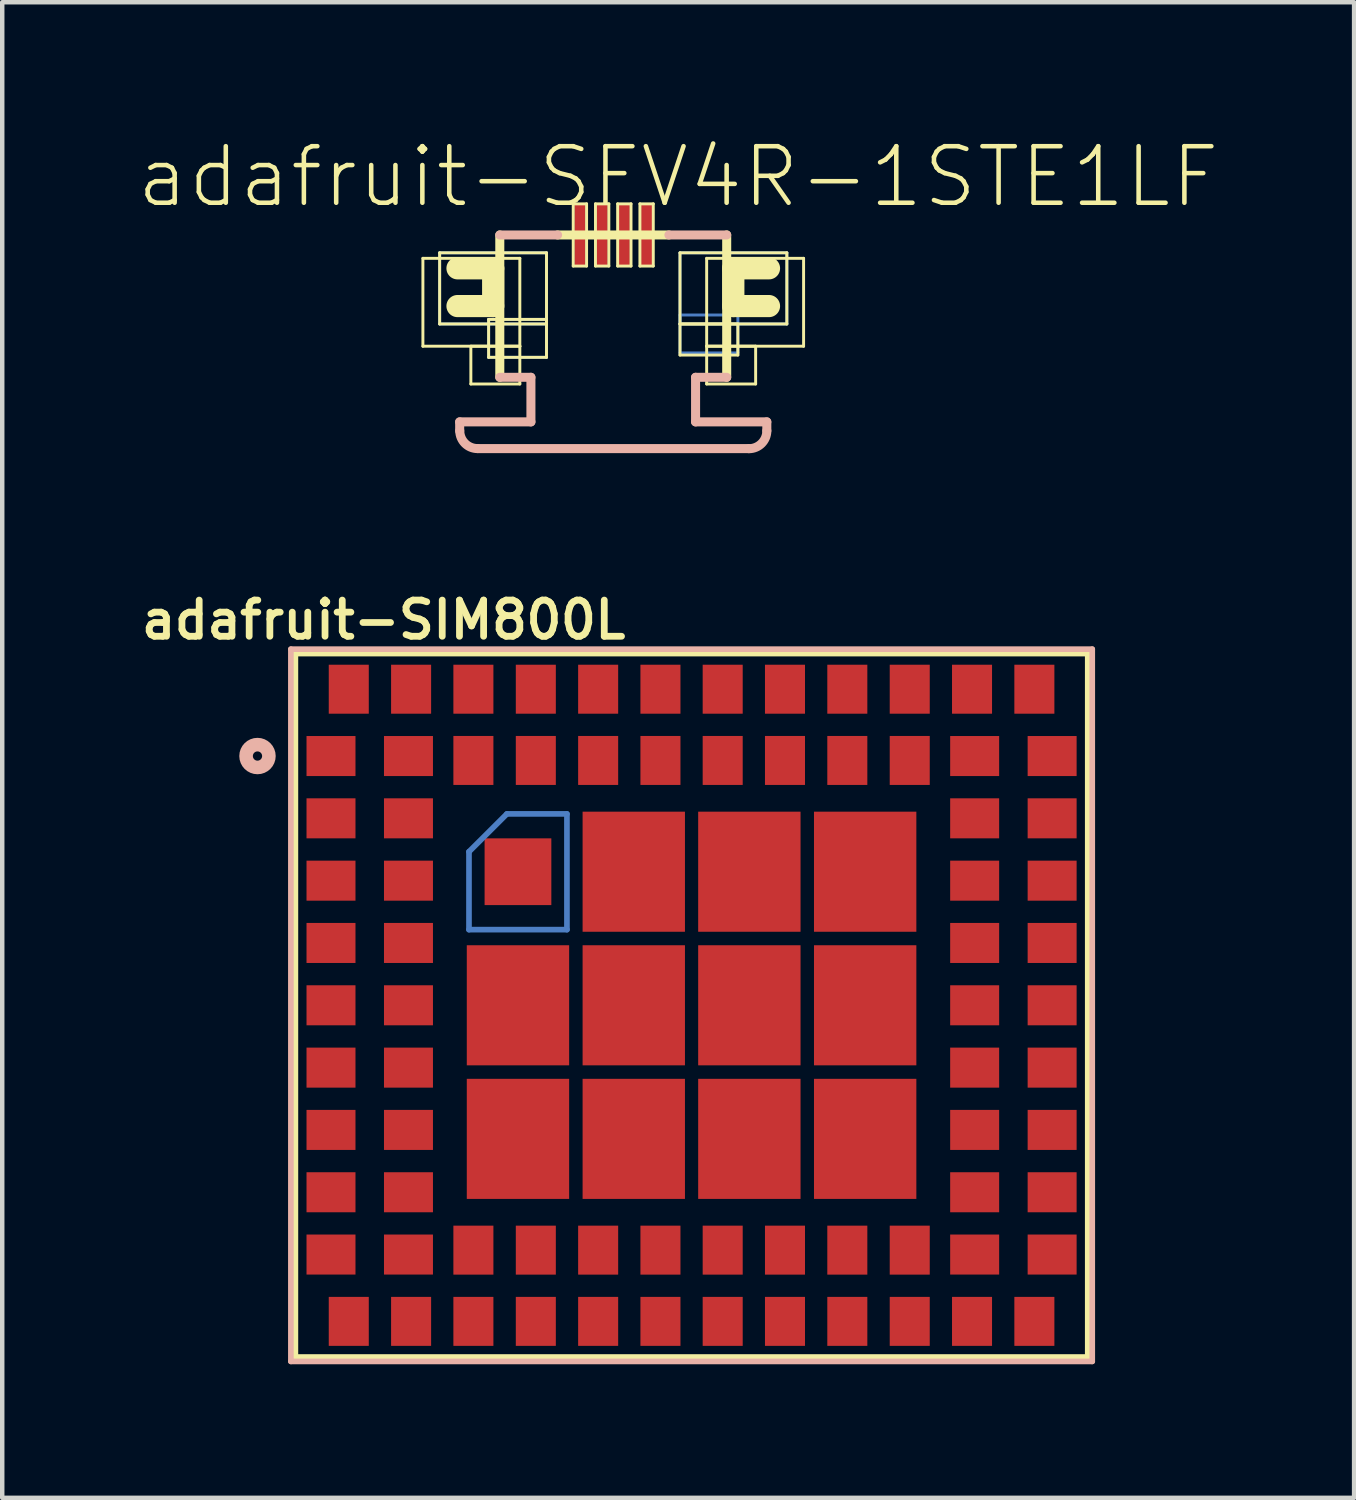
<source format=kicad_pcb>
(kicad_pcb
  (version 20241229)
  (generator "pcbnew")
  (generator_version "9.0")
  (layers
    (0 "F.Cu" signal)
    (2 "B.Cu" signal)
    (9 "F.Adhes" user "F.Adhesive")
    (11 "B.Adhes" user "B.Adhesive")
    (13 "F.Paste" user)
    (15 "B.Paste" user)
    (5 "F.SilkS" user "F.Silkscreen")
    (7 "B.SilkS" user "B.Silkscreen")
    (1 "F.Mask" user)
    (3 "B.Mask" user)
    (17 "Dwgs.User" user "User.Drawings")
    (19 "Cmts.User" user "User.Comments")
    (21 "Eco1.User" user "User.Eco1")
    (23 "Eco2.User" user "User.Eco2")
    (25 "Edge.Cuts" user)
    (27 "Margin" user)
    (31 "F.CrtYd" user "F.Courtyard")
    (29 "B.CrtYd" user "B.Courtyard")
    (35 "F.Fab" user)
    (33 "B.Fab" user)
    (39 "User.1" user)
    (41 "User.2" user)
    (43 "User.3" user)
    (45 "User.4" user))
  (footprint "adafruit-SFV4R-1STE1LF"
    (layer "F.Cu")
    (at 10.723 2.826)
    (property "Reference" "adafruit-SFV4R-1STE1LF" (at 1.458 -1.905 0) (layer "F.SilkS") (effects (font (size 1.27 1.27) (thickness 0.102))))
    (attr smd)
    (fp_line (start -3.899 -0.198) (end -1.499 -0.198) (stroke (width 0.066) (type solid)) (layer "B.Cu"))
    (fp_line (start -3.899 1.4) (end -3.899 -0.198) (stroke (width 0.066) (type solid)) (layer "B.Cu"))
    (fp_line (start -3.899 1.4) (end -1.499 1.4) (stroke (width 0.066) (type solid)) (layer "B.Cu"))
    (fp_line (start -2.799 1.298) (end -1.499 1.298) (stroke (width 0.066) (type solid)) (layer "B.Cu"))
    (fp_line (start -2.799 2.149) (end -2.799 1.298) (stroke (width 0.066) (type solid)) (layer "B.Cu"))
    (fp_line (start -2.799 2.149) (end -1.499 2.149) (stroke (width 0.066) (type solid)) (layer "B.Cu"))
    (fp_line (start -1.499 1.4) (end -1.499 -0.198) (stroke (width 0.066) (type solid)) (layer "B.Cu"))
    (fp_line (start -1.499 2.149) (end -1.499 1.298) (stroke (width 0.066) (type solid)) (layer "B.Cu"))
    (fp_line (start 1.499 -0.198) (end 3.899 -0.198) (stroke (width 0.066) (type solid)) (layer "B.Cu"))
    (fp_line (start 1.499 1.199) (end 2.799 1.199) (stroke (width 0.066) (type solid)) (layer "B.Cu"))
    (fp_line (start 1.499 1.4) (end 1.499 -0.198) (stroke (width 0.066) (type solid)) (layer "B.Cu"))
    (fp_line (start 1.499 1.4) (end 3.899 1.4) (stroke (width 0.066) (type solid)) (layer "B.Cu"))
    (fp_line (start 1.499 2.05) (end 1.499 1.199) (stroke (width 0.066) (type solid)) (layer "B.Cu"))
    (fp_line (start 1.499 2.05) (end 2.799 2.05) (stroke (width 0.066) (type solid)) (layer "B.Cu"))
    (fp_line (start 2.799 2.05) (end 2.799 1.199) (stroke (width 0.066) (type solid)) (layer "B.Cu"))
    (fp_line (start 3.899 1.4) (end 3.899 -0.198) (stroke (width 0.066) (type solid)) (layer "B.Cu"))
    (fp_line (start -4.275 -0.074) (end -2.098 -0.074) (stroke (width 0.066) (type solid)) (layer "F.SilkS"))
    (fp_line (start -4.275 1.9) (end -4.275 -0.074) (stroke (width 0.066) (type solid)) (layer "F.SilkS"))
    (fp_line (start -4.275 1.9) (end -2.098 1.9) (stroke (width 0.066) (type solid)) (layer "F.SilkS"))
    (fp_line (start -3.899 -0.198) (end -1.499 -0.198) (stroke (width 0.066) (type solid)) (layer "F.SilkS"))
    (fp_line (start -3.899 1.4) (end -3.899 -0.198) (stroke (width 0.066) (type solid)) (layer "F.SilkS"))
    (fp_line (start -3.899 1.4) (end -1.499 1.4) (stroke (width 0.066) (type solid)) (layer "F.SilkS"))
    (fp_line (start -3.498 0.15) (end -2.697 0.15) (stroke (width 0.498) (type solid)) (layer "F.SilkS"))
    (fp_line (start -3.198 1.9) (end -2.098 1.9) (stroke (width 0.066) (type solid)) (layer "F.SilkS"))
    (fp_line (start -3.198 2.748) (end -3.198 1.9) (stroke (width 0.066) (type solid)) (layer "F.SilkS"))
    (fp_line (start -3.198 2.748) (end -2.098 2.748) (stroke (width 0.066) (type solid)) (layer "F.SilkS"))
    (fp_line (start -2.799 1.298) (end -1.499 1.298) (stroke (width 0.066) (type solid)) (layer "F.SilkS"))
    (fp_line (start -2.799 2.149) (end -2.799 1.298) (stroke (width 0.066) (type solid)) (layer "F.SilkS"))
    (fp_line (start -2.799 2.149) (end -1.499 2.149) (stroke (width 0.066) (type solid)) (layer "F.SilkS"))
    (fp_line (start -2.697 0.15) (end -2.697 0.998) (stroke (width 0.498) (type solid)) (layer "F.SilkS"))
    (fp_line (start -2.697 0.998) (end -3.498 0.998) (stroke (width 0.498) (type solid)) (layer "F.SilkS"))
    (fp_line (start -2.548 2.598) (end -2.548 -0.599) (stroke (width 0.203) (type solid)) (layer "F.SilkS"))
    (fp_line (start -2.098 1.9) (end -2.098 -0.074) (stroke (width 0.066) (type solid)) (layer "F.SilkS"))
    (fp_line (start -2.098 2.748) (end -2.098 1.9) (stroke (width 0.066) (type solid)) (layer "F.SilkS"))
    (fp_line (start -1.499 1.4) (end -1.499 -0.198) (stroke (width 0.066) (type solid)) (layer "F.SilkS"))
    (fp_line (start -1.499 2.149) (end -1.499 1.298) (stroke (width 0.066) (type solid)) (layer "F.SilkS"))
    (fp_line (start -1.25 -0.599) (end 1.25 -0.599) (stroke (width 0.203) (type solid)) (layer "F.SilkS"))
    (fp_line (start -0.899 -1.298) (end -0.599 -1.298) (stroke (width 0.066) (type solid)) (layer "F.SilkS"))
    (fp_line (start -0.899 0.099) (end -0.899 -1.298) (stroke (width 0.066) (type solid)) (layer "F.SilkS"))
    (fp_line (start -0.899 0.099) (end -0.599 0.099) (stroke (width 0.066) (type solid)) (layer "F.SilkS"))
    (fp_line (start -0.599 0.099) (end -0.599 -1.298) (stroke (width 0.066) (type solid)) (layer "F.SilkS"))
    (fp_line (start -0.399 -1.298) (end -0.099 -1.298) (stroke (width 0.066) (type solid)) (layer "F.SilkS"))
    (fp_line (start -0.399 0.099) (end -0.399 -1.298) (stroke (width 0.066) (type solid)) (layer "F.SilkS"))
    (fp_line (start -0.399 0.099) (end -0.099 0.099) (stroke (width 0.066) (type solid)) (layer "F.SilkS"))
    (fp_line (start -0.099 0.099) (end -0.099 -1.298) (stroke (width 0.066) (type solid)) (layer "F.SilkS"))
    (fp_line (start 0.099 -1.298) (end 0.399 -1.298) (stroke (width 0.066) (type solid)) (layer "F.SilkS"))
    (fp_line (start 0.099 0.099) (end 0.099 -1.298) (stroke (width 0.066) (type solid)) (layer "F.SilkS"))
    (fp_line (start 0.099 0.099) (end 0.399 0.099) (stroke (width 0.066) (type solid)) (layer "F.SilkS"))
    (fp_line (start 0.399 0.099) (end 0.399 -1.298) (stroke (width 0.066) (type solid)) (layer "F.SilkS"))
    (fp_line (start 0.599 -1.298) (end 0.899 -1.298) (stroke (width 0.066) (type solid)) (layer "F.SilkS"))
    (fp_line (start 0.599 0.099) (end 0.599 -1.298) (stroke (width 0.066) (type solid)) (layer "F.SilkS"))
    (fp_line (start 0.599 0.099) (end 0.899 0.099) (stroke (width 0.066) (type solid)) (layer "F.SilkS"))
    (fp_line (start 0.899 0.099) (end 0.899 -1.298) (stroke (width 0.066) (type solid)) (layer "F.SilkS"))
    (fp_line (start 1.499 -0.198) (end 3.899 -0.198) (stroke (width 0.066) (type solid)) (layer "F.SilkS"))
    (fp_line (start 1.499 1.4) (end 1.499 -0.198) (stroke (width 0.066) (type solid)) (layer "F.SilkS"))
    (fp_line (start 1.499 1.4) (end 2.799 1.4) (stroke (width 0.066) (type solid)) (layer "F.SilkS"))
    (fp_line (start 1.499 1.4) (end 3.899 1.4) (stroke (width 0.066) (type solid)) (layer "F.SilkS"))
    (fp_line (start 1.499 2.098) (end 1.499 1.4) (stroke (width 0.066) (type solid)) (layer "F.SilkS"))
    (fp_line (start 1.499 2.098) (end 2.799 2.098) (stroke (width 0.066) (type solid)) (layer "F.SilkS"))
    (fp_line (start 2.098 -0.074) (end 4.275 -0.074) (stroke (width 0.066) (type solid)) (layer "F.SilkS"))
    (fp_line (start 2.098 1.9) (end 2.098 -0.074) (stroke (width 0.066) (type solid)) (layer "F.SilkS"))
    (fp_line (start 2.098 1.9) (end 3.198 1.9) (stroke (width 0.066) (type solid)) (layer "F.SilkS"))
    (fp_line (start 2.098 1.9) (end 4.275 1.9) (stroke (width 0.066) (type solid)) (layer "F.SilkS"))
    (fp_line (start 2.098 2.748) (end 2.098 1.9) (stroke (width 0.066) (type solid)) (layer "F.SilkS"))
    (fp_line (start 2.098 2.748) (end 3.198 2.748) (stroke (width 0.066) (type solid)) (layer "F.SilkS"))
    (fp_line (start 2.548 -0.599) (end 2.548 2.598) (stroke (width 0.203) (type solid)) (layer "F.SilkS"))
    (fp_line (start 2.697 0.15) (end 3.498 0.15) (stroke (width 0.498) (type solid)) (layer "F.SilkS"))
    (fp_line (start 2.697 0.998) (end 2.697 0.15) (stroke (width 0.498) (type solid)) (layer "F.SilkS"))
    (fp_line (start 2.799 2.098) (end 2.799 1.4) (stroke (width 0.066) (type solid)) (layer "F.SilkS"))
    (fp_line (start 3.198 2.748) (end 3.198 1.9) (stroke (width 0.066) (type solid)) (layer "F.SilkS"))
    (fp_line (start 3.498 0.998) (end 2.697 0.998) (stroke (width 0.498) (type solid)) (layer "F.SilkS"))
    (fp_line (start 3.899 1.4) (end 3.899 -0.198) (stroke (width 0.066) (type solid)) (layer "F.SilkS"))
    (fp_line (start 4.275 1.9) (end 4.275 -0.074) (stroke (width 0.066) (type solid)) (layer "F.SilkS"))
    (fp_line (start -3.449 3.599) (end -1.849 3.599) (stroke (width 0.203) (type solid)) (layer "B.SilkS"))
    (fp_line (start -3.449 3.8) (end -3.449 3.599) (stroke (width 0.203) (type solid)) (layer "B.SilkS"))
    (fp_line (start -2.548 -0.599) (end -1.25 -0.599) (stroke (width 0.203) (type solid)) (layer "B.SilkS"))
    (fp_line (start -1.849 2.598) (end -2.548 2.598) (stroke (width 0.203) (type solid)) (layer "B.SilkS"))
    (fp_line (start -1.849 3.599) (end -1.849 2.598) (stroke (width 0.203) (type solid)) (layer "B.SilkS"))
    (fp_line (start 1.25 -0.599) (end 2.548 -0.599) (stroke (width 0.203) (type solid)) (layer "B.SilkS"))
    (fp_line (start 1.849 2.598) (end 1.849 3.599) (stroke (width 0.203) (type solid)) (layer "B.SilkS"))
    (fp_line (start 1.849 3.599) (end 3.449 3.599) (stroke (width 0.203) (type solid)) (layer "B.SilkS"))
    (fp_line (start 2.548 2.598) (end 1.849 2.598) (stroke (width 0.203) (type solid)) (layer "B.SilkS"))
    (fp_line (start 3.048 4.199) (end -3.048 4.199) (stroke (width 0.203) (type solid)) (layer "B.SilkS"))
    (fp_line (start 3.449 3.599) (end 3.449 3.8) (stroke (width 0.203) (type solid)) (layer "B.SilkS"))
    (fp_arc (start -3.048 4.19862) (mid -3.32998 4.08182) (end -3.44678 3.79984) (stroke (width 0.2032) (type solid)) (layer "B.SilkS"))
    (fp_arc (start 3.44932 3.79984) (mid 3.331776 4.083616) (end 3.048 4.20116) (stroke (width 0.2032) (type solid)) (layer "B.SilkS"))
    (pad "1" smd rect (at -0.749 -0.599) (size 0.249 1.4) (layers "F.Cu" "F.Mask" "F.Paste"))
    (pad "2" smd rect (at -0.249 -0.599) (size 0.249 1.4) (layers "F.Cu" "F.Mask" "F.Paste"))
    (pad "3" smd rect (at 0.249 -0.599) (size 0.249 1.4) (layers "F.Cu" "F.Mask" "F.Paste"))
    (pad "4" smd rect (at 0.749 -0.599) (size 0.249 1.4) (layers "F.Cu" "F.Mask" "F.Paste")))
  (footprint "adafruit-SIM800L"
    (layer "F.Cu")
    (at 12.482 19.528)
    (property "Reference" "adafruit-SIM800L" (at -6.916 -8.656 0) (layer "F.SilkS") (effects (font (size 0.813 0.813) (thickness 0.152))))
    (attr smd)
    (fp_line (start -4.999 -3.449) (end -4.999 -1.699) (stroke (width 0.127) (type solid)) (layer "B.Cu"))
    (fp_line (start -4.999 -1.699) (end -2.799 -1.699) (stroke (width 0.127) (type solid)) (layer "B.Cu"))
    (fp_line (start -4.148 -4.298) (end -4.999 -3.449) (stroke (width 0.127) (type solid)) (layer "B.Cu"))
    (fp_line (start -2.799 -4.298) (end -4.148 -4.298) (stroke (width 0.127) (type solid)) (layer "B.Cu"))
    (fp_line (start -2.799 -1.699) (end -2.799 -4.298) (stroke (width 0.127) (type solid)) (layer "B.Cu"))
    (fp_line (start -8.898 -7.899) (end 8.898 -7.899) (stroke (width 0.127) (type solid)) (layer "F.SilkS"))
    (fp_line (start -8.898 7.899) (end -8.898 -7.899) (stroke (width 0.127) (type solid)) (layer "F.SilkS"))
    (fp_line (start 8.898 -7.899) (end 8.898 7.899) (stroke (width 0.127) (type solid)) (layer "F.SilkS"))
    (fp_line (start 8.898 7.899) (end -8.898 7.899) (stroke (width 0.127) (type solid)) (layer "F.SilkS"))
    (fp_line (start -8.999 -7.998) (end 8.999 -7.998) (stroke (width 0.127) (type solid)) (layer "B.SilkS"))
    (fp_line (start -8.999 7.998) (end -8.999 -7.998) (stroke (width 0.127) (type solid)) (layer "B.SilkS"))
    (fp_line (start 8.999 -7.998) (end 8.999 7.998) (stroke (width 0.127) (type solid)) (layer "B.SilkS"))
    (fp_line (start 8.999 7.998) (end -8.999 7.998) (stroke (width 0.127) (type solid)) (layer "B.SilkS"))
    (fp_circle (center -9.749 -5.598) (end -9.822 -5.672) (stroke (width 0.305) (type solid)) (fill no) (layer "B.SilkS"))
    (pad "1" smd rect (at -8.098 -5.598 90) (size 0.899 1.1) (layers "F.Cu" "F.Mask" "F.Paste"))
    (pad "2" smd rect (at -8.098 -4.199 90) (size 0.899 1.1) (layers "F.Cu" "F.Mask" "F.Paste"))
    (pad "3" smd rect (at -8.098 -2.799 90) (size 0.899 1.1) (layers "F.Cu" "F.Mask" "F.Paste"))
    (pad "4" smd rect (at -8.098 -1.4 90) (size 0.899 1.1) (layers "F.Cu" "F.Mask" "F.Paste"))
    (pad "5" smd rect (at -8.098 0 90) (size 0.899 1.1) (layers "F.Cu" "F.Mask" "F.Paste"))
    (pad "6" smd rect (at -8.098 1.4 90) (size 0.899 1.1) (layers "F.Cu" "F.Mask" "F.Paste"))
    (pad "7" smd rect (at -8.098 2.799 90) (size 0.899 1.1) (layers "F.Cu" "F.Mask" "F.Paste"))
    (pad "8" smd rect (at -8.098 4.199 90) (size 0.899 1.1) (layers "F.Cu" "F.Mask" "F.Paste"))
    (pad "9" smd rect (at -8.098 5.598 90) (size 0.899 1.1) (layers "F.Cu" "F.Mask" "F.Paste"))
    (pad "10" smd rect (at -7.699 7.099 180) (size 0.899 1.1) (layers "F.Cu" "F.Mask" "F.Paste"))
    (pad "11" smd rect (at -6.299 7.099 180) (size 0.899 1.1) (layers "F.Cu" "F.Mask" "F.Paste"))
    (pad "12" smd rect (at -4.9 7.099 180) (size 0.899 1.1) (layers "F.Cu" "F.Mask" "F.Paste"))
    (pad "13" smd rect (at -3.498 7.099 180) (size 0.899 1.1) (layers "F.Cu" "F.Mask" "F.Paste"))
    (pad "14" smd rect (at -2.098 7.099 180) (size 0.899 1.1) (layers "F.Cu" "F.Mask" "F.Paste"))
    (pad "15" smd rect (at -0.699 7.099 180) (size 0.899 1.1) (layers "F.Cu" "F.Mask" "F.Paste"))
    (pad "16" smd rect (at 0.699 7.099 180) (size 0.899 1.1) (layers "F.Cu" "F.Mask" "F.Paste"))
    (pad "17" smd rect (at 2.098 7.099 180) (size 0.899 1.1) (layers "F.Cu" "F.Mask" "F.Paste"))
    (pad "18" smd rect (at 3.498 7.099 180) (size 0.899 1.1) (layers "F.Cu" "F.Mask" "F.Paste"))
    (pad "19" smd rect (at 4.9 7.099 180) (size 0.899 1.1) (layers "F.Cu" "F.Mask" "F.Paste"))
    (pad "20" smd rect (at 6.299 7.099 180) (size 0.899 1.1) (layers "F.Cu" "F.Mask" "F.Paste"))
    (pad "21" smd rect (at 7.699 7.099 180) (size 0.899 1.1) (layers "F.Cu" "F.Mask" "F.Paste"))
    (pad "22" smd rect (at 8.098 5.598 90) (size 0.899 1.1) (layers "F.Cu" "F.Mask" "F.Paste"))
    (pad "23" smd rect (at 8.098 4.199 90) (size 0.899 1.1) (layers "F.Cu" "F.Mask" "F.Paste"))
    (pad "24" smd rect (at 8.098 2.799 90) (size 0.899 1.1) (layers "F.Cu" "F.Mask" "F.Paste"))
    (pad "25" smd rect (at 8.098 1.4 90) (size 0.899 1.1) (layers "F.Cu" "F.Mask" "F.Paste"))
    (pad "26" smd rect (at 8.098 0 90) (size 0.899 1.1) (layers "F.Cu" "F.Mask" "F.Paste"))
    (pad "27" smd rect (at 8.098 -1.4 90) (size 0.899 1.1) (layers "F.Cu" "F.Mask" "F.Paste"))
    (pad "28" smd rect (at 8.098 -2.799 90) (size 0.899 1.1) (layers "F.Cu" "F.Mask" "F.Paste"))
    (pad "29" smd rect (at 8.098 -4.199 90) (size 0.899 1.1) (layers "F.Cu" "F.Mask" "F.Paste"))
    (pad "30" smd rect (at 8.098 -5.598 90) (size 0.899 1.1) (layers "F.Cu" "F.Mask" "F.Paste"))
    (pad "31" smd rect (at 7.699 -7.099 180) (size 0.899 1.1) (layers "F.Cu" "F.Mask" "F.Paste"))
    (pad "32" smd rect (at 6.299 -7.099 180) (size 0.899 1.1) (layers "F.Cu" "F.Mask" "F.Paste"))
    (pad "33" smd rect (at 4.9 -7.099 180) (size 0.899 1.1) (layers "F.Cu" "F.Mask" "F.Paste"))
    (pad "34" smd rect (at 3.498 -7.099 180) (size 0.899 1.1) (layers "F.Cu" "F.Mask" "F.Paste"))
    (pad "35" smd rect (at 2.098 -7.099 180) (size 0.899 1.1) (layers "F.Cu" "F.Mask" "F.Paste"))
    (pad "36" smd rect (at 0.699 -7.099 180) (size 0.899 1.1) (layers "F.Cu" "F.Mask" "F.Paste"))
    (pad "37" smd rect (at -0.699 -7.099 180) (size 0.899 1.1) (layers "F.Cu" "F.Mask" "F.Paste"))
    (pad "38" smd rect (at -2.098 -7.099 180) (size 0.899 1.1) (layers "F.Cu" "F.Mask" "F.Paste"))
    (pad "39" smd rect (at -3.498 -7.099 180) (size 0.899 1.1) (layers "F.Cu" "F.Mask" "F.Paste"))
    (pad "40" smd rect (at -4.9 -7.099 180) (size 0.899 1.1) (layers "F.Cu" "F.Mask" "F.Paste"))
    (pad "41" smd rect (at -6.299 -7.099 180) (size 0.899 1.1) (layers "F.Cu" "F.Mask" "F.Paste"))
    (pad "42" smd rect (at -7.699 -7.099 180) (size 0.899 1.1) (layers "F.Cu" "F.Mask" "F.Paste"))
    (pad "43" smd rect (at -6.358 -5.598 90) (size 0.899 1.1) (layers "F.Cu" "F.Mask" "F.Paste"))
    (pad "44" smd rect (at -6.358 -4.199 90) (size 0.899 1.1) (layers "F.Cu" "F.Mask" "F.Paste"))
    (pad "45" smd rect (at -6.358 -2.799 90) (size 0.899 1.1) (layers "F.Cu" "F.Mask" "F.Paste"))
    (pad "46" smd rect (at -6.358 -1.4 90) (size 0.899 1.1) (layers "F.Cu" "F.Mask" "F.Paste"))
    (pad "47" smd rect (at -6.358 0 90) (size 0.899 1.1) (layers "F.Cu" "F.Mask" "F.Paste"))
    (pad "48" smd rect (at -6.358 1.4 90) (size 0.899 1.1) (layers "F.Cu" "F.Mask" "F.Paste"))
    (pad "49" smd rect (at -6.358 2.799 90) (size 0.899 1.1) (layers "F.Cu" "F.Mask" "F.Paste"))
    (pad "50" smd rect (at -6.358 4.199 90) (size 0.899 1.1) (layers "F.Cu" "F.Mask" "F.Paste"))
    (pad "51" smd rect (at -6.358 5.598 90) (size 0.899 1.1) (layers "F.Cu" "F.Mask" "F.Paste"))
    (pad "52" smd rect (at -4.9 5.499 180) (size 0.899 1.1) (layers "F.Cu" "F.Mask" "F.Paste"))
    (pad "53" smd rect (at -3.498 5.499 180) (size 0.899 1.1) (layers "F.Cu" "F.Mask" "F.Paste"))
    (pad "54" smd rect (at -2.098 5.499 180) (size 0.899 1.1) (layers "F.Cu" "F.Mask" "F.Paste"))
    (pad "55" smd rect (at -0.699 5.499 180) (size 0.899 1.1) (layers "F.Cu" "F.Mask" "F.Paste"))
    (pad "56" smd rect (at 0.699 5.499 180) (size 0.899 1.1) (layers "F.Cu" "F.Mask" "F.Paste"))
    (pad "57" smd rect (at 2.098 5.499 180) (size 0.899 1.1) (layers "F.Cu" "F.Mask" "F.Paste"))
    (pad "58" smd rect (at 3.498 5.499 180) (size 0.899 1.1) (layers "F.Cu" "F.Mask" "F.Paste"))
    (pad "59" smd rect (at 4.9 5.499 180) (size 0.899 1.1) (layers "F.Cu" "F.Mask" "F.Paste"))
    (pad "60" smd rect (at 6.358 5.598 90) (size 0.899 1.1) (layers "F.Cu" "F.Mask" "F.Paste"))
    (pad "61" smd rect (at 6.358 4.199 90) (size 0.899 1.1) (layers "F.Cu" "F.Mask" "F.Paste"))
    (pad "62" smd rect (at 6.358 2.799 90) (size 0.899 1.1) (layers "F.Cu" "F.Mask" "F.Paste"))
    (pad "63" smd rect (at 6.358 1.4 90) (size 0.899 1.1) (layers "F.Cu" "F.Mask" "F.Paste"))
    (pad "64" smd rect (at 6.358 0 90) (size 0.899 1.1) (layers "F.Cu" "F.Mask" "F.Paste"))
    (pad "65" smd rect (at 6.358 -1.4 90) (size 0.899 1.1) (layers "F.Cu" "F.Mask" "F.Paste"))
    (pad "66" smd rect (at 6.358 -2.799 90) (size 0.899 1.1) (layers "F.Cu" "F.Mask" "F.Paste"))
    (pad "67" smd rect (at 6.358 -4.199 90) (size 0.899 1.1) (layers "F.Cu" "F.Mask" "F.Paste"))
    (pad "68" smd rect (at 6.358 -5.598 90) (size 0.899 1.1) (layers "F.Cu" "F.Mask" "F.Paste"))
    (pad "69" smd rect (at 4.9 -5.499 180) (size 0.899 1.1) (layers "F.Cu" "F.Mask" "F.Paste"))
    (pad "70" smd rect (at 3.498 -5.499 180) (size 0.899 1.1) (layers "F.Cu" "F.Mask" "F.Paste"))
    (pad "71" smd rect (at 2.098 -5.499 180) (size 0.899 1.1) (layers "F.Cu" "F.Mask" "F.Paste"))
    (pad "72" smd rect (at 0.699 -5.499 180) (size 0.899 1.1) (layers "F.Cu" "F.Mask" "F.Paste"))
    (pad "73" smd rect (at -0.699 -5.499 180) (size 0.899 1.1) (layers "F.Cu" "F.Mask" "F.Paste"))
    (pad "74" smd rect (at -2.098 -5.499 180) (size 0.899 1.1) (layers "F.Cu" "F.Mask" "F.Paste"))
    (pad "75" smd rect (at -3.498 -5.499 180) (size 0.899 1.1) (layers "F.Cu" "F.Mask" "F.Paste"))
    (pad "76" smd rect (at -4.9 -5.499 180) (size 0.899 1.1) (layers "F.Cu" "F.Mask" "F.Paste"))
    (pad "77" smd rect (at -3.899 -3) (size 1.499 1.499) (layers "F.Cu" "F.Mask" "F.Paste"))
    (pad "78" smd rect (at -3.899 0) (size 2.299 2.697) (layers "F.Cu" "F.Mask" "F.Paste"))
    (pad "79" smd rect (at -3.899 3) (size 2.299 2.697) (layers "F.Cu" "F.Mask" "F.Paste"))
    (pad "80" smd rect (at -1.298 3) (size 2.299 2.697) (layers "F.Cu" "F.Mask" "F.Paste"))
    (pad "81" smd rect (at 1.298 3) (size 2.299 2.697) (layers "F.Cu" "F.Mask" "F.Paste"))
    (pad "82" smd rect (at 3.899 3) (size 2.299 2.697) (layers "F.Cu" "F.Mask" "F.Paste"))
    (pad "83" smd rect (at 3.899 0) (size 2.299 2.697) (layers "F.Cu" "F.Mask" "F.Paste"))
    (pad "84" smd rect (at 3.899 -3) (size 2.299 2.697) (layers "F.Cu" "F.Mask" "F.Paste"))
    (pad "85" smd rect (at 1.298 -3) (size 2.299 2.697) (layers "F.Cu" "F.Mask" "F.Paste"))
    (pad "86" smd rect (at -1.298 -3) (size 2.299 2.697) (layers "F.Cu" "F.Mask" "F.Paste"))
    (pad "87" smd rect (at -1.298 0) (size 2.299 2.697) (layers "F.Cu" "F.Mask" "F.Paste"))
    (pad "88" smd rect (at 1.298 0) (size 2.299 2.697) (layers "F.Cu" "F.Mask" "F.Paste")))
  (gr_rect
    (start -3 -3)
    (end 27.362 30.59)
    (stroke (width 0.1) (type default))
    (fill no)
    (layer "Edge.Cuts")))
</source>
